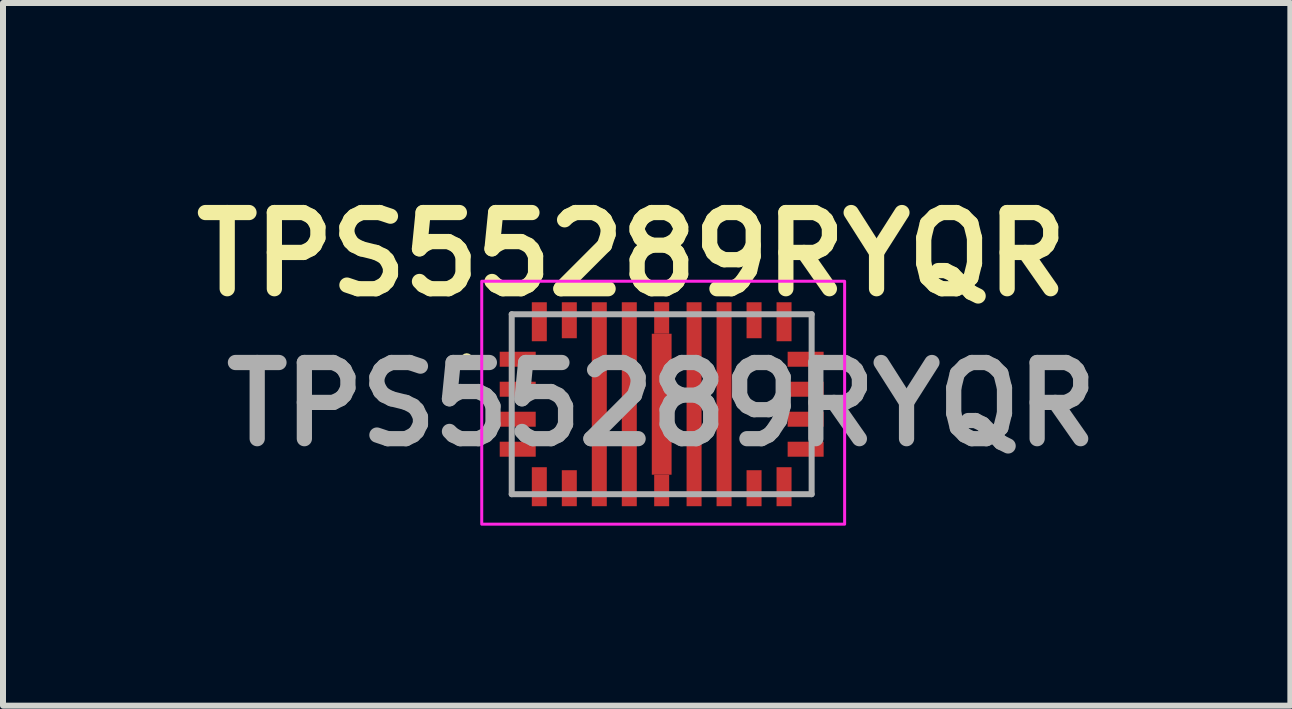
<source format=kicad_pcb>
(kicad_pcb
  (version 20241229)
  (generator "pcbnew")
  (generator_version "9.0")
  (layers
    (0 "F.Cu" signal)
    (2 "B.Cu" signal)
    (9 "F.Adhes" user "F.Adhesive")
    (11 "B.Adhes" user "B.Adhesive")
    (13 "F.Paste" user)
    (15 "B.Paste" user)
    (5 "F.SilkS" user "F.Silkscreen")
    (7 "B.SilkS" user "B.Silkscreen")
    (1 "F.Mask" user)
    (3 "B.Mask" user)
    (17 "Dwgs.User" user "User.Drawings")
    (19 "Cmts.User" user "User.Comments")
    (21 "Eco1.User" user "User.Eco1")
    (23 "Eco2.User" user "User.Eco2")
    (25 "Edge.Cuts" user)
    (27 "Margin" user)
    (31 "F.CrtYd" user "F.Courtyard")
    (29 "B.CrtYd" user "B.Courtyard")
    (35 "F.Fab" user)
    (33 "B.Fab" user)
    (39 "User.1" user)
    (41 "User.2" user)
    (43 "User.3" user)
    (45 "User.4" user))
  (footprint "TPS55289RYQR"
    (layer "F.Cu")
    (at 7.981 3.689)
    (property "Reference" "TPS55289RYQR" (at -0.5 -2.5 0) (layer "F.SilkS") (effects (font (size 1.27 1.27) (thickness 0.254))))
    (attr smd)
    (fp_line (start -3.3 -0.75) (end -3.3 -0.75) (stroke (width 0.1) (type solid)) (layer "F.SilkS"))
    (fp_line (start -3.2 -0.75) (end -3.2 -0.75) (stroke (width 0.1) (type solid)) (layer "F.SilkS"))
    (fp_arc (start -3.3 -0.75) (mid -3.25 -0.8) (end -3.2 -0.75) (stroke (width 0.1) (type solid)) (layer "F.SilkS"))
    (fp_arc (start -3.2 -0.75) (mid -3.25 -0.7) (end -3.3 -0.75) (stroke (width 0.1) (type solid)) (layer "F.SilkS"))
    (fp_rect (start -3 -2.05) (end 3.05 2) (stroke (width 0.05) (type default)) (fill no) (layer "F.CrtYd"))
    (fp_line (start -2.5 -1.5) (end -2.5 1.5) (stroke (width 0.1) (type solid)) (layer "F.Fab"))
    (fp_line (start -2.5 1.5) (end 2.5 1.5) (stroke (width 0.1) (type solid)) (layer "F.Fab"))
    (fp_line (start 2.5 -1.5) (end -2.5 -1.5) (stroke (width 0.1) (type solid)) (layer "F.Fab"))
    (fp_line (start 2.5 1.5) (end 2.5 -1.5) (stroke (width 0.1) (type solid)) (layer "F.Fab"))
    (fp_text user "${REFERENCE}" (at 0 0 0) (layer "F.Fab") (effects (font (size 1.27 1.27) (thickness 0.254))))
    (pad "1" smd rect (at -2.4 -0.75 90) (size 0.25 0.6) (layers "F.Cu" "F.Mask" "F.Paste"))
    (pad "2" smd rect (at -2.4 -0.25 90) (size 0.25 0.6) (layers "F.Cu" "F.Mask" "F.Paste"))
    (pad "3" smd rect (at -2.4 0.25 90) (size 0.25 0.6) (layers "F.Cu" "F.Mask" "F.Paste"))
    (pad "4" smd rect (at -2.4 0.75 90) (size 0.25 0.6) (layers "F.Cu" "F.Mask" "F.Paste"))
    (pad "5" smd rect (at -2.04 1.375) (size 0.25 0.65) (layers "F.Cu" "F.Mask" "F.Paste"))
    (pad "6" smd rect (at -1.54 1.4) (size 0.25 0.6) (layers "F.Cu" "F.Mask" "F.Paste"))
    (pad "7" smd rect (at -1.04 0) (size 0.25 3.4) (layers "F.Cu" "F.Mask" "F.Paste"))
    (pad "8" smd rect (at -0.54 0) (size 0.25 3.4) (layers "F.Cu" "F.Mask" "F.Paste"))
    (pad "9" smd rect (at 0 1.438) (size 0.25 0.525) (layers "F.Cu" "F.Mask" "F.Paste"))
    (pad "10" smd rect (at 0.54 0) (size 0.25 3.4) (layers "F.Cu" "F.Mask" "F.Paste"))
    (pad "11" smd rect (at 1.04 0) (size 0.25 3.4) (layers "F.Cu" "F.Mask" "F.Paste"))
    (pad "12" smd rect (at 1.54 1.4) (size 0.25 0.6) (layers "F.Cu" "F.Mask" "F.Paste"))
    (pad "13" smd rect (at 2.04 1.375) (size 0.25 0.65) (layers "F.Cu" "F.Mask" "F.Paste"))
    (pad "14" smd rect (at 2.4 0.75 90) (size 0.25 0.6) (layers "F.Cu" "F.Mask" "F.Paste"))
    (pad "15" smd rect (at 2.4 0.25 90) (size 0.25 0.6) (layers "F.Cu" "F.Mask" "F.Paste"))
    (pad "16" smd rect (at 2.4 -0.25 90) (size 0.25 0.6) (layers "F.Cu" "F.Mask" "F.Paste"))
    (pad "17" smd rect (at 2.4 -0.75 90) (size 0.25 0.6) (layers "F.Cu" "F.Mask" "F.Paste"))
    (pad "18" smd rect (at 2.04 -1.375) (size 0.25 0.65) (layers "F.Cu" "F.Mask" "F.Paste"))
    (pad "19" smd rect (at 1.54 -1.4) (size 0.25 0.6) (layers "F.Cu" "F.Mask" "F.Paste"))
    (pad "20" smd rect (at -1.54 -1.4) (size 0.25 0.6) (layers "F.Cu" "F.Mask" "F.Paste"))
    (pad "21" smd rect (at -2.04 -1.375) (size 0.25 0.65) (layers "F.Cu" "F.Mask" "F.Paste"))
    (pad "22" smd rect (at 0 0) (size 0.33 2.35) (layers "F.Cu" "F.Mask" "F.Paste"))
    (pad "23" smd rect (at 0 -1.438) (size 0.25 0.525) (layers "F.Cu" "F.Mask" "F.Paste")))
  (gr_rect
    (start -3 -3)
    (end 18.462 8.714)
    (stroke (width 0.1) (type default))
    (fill no)
    (layer "Edge.Cuts")))
</source>
